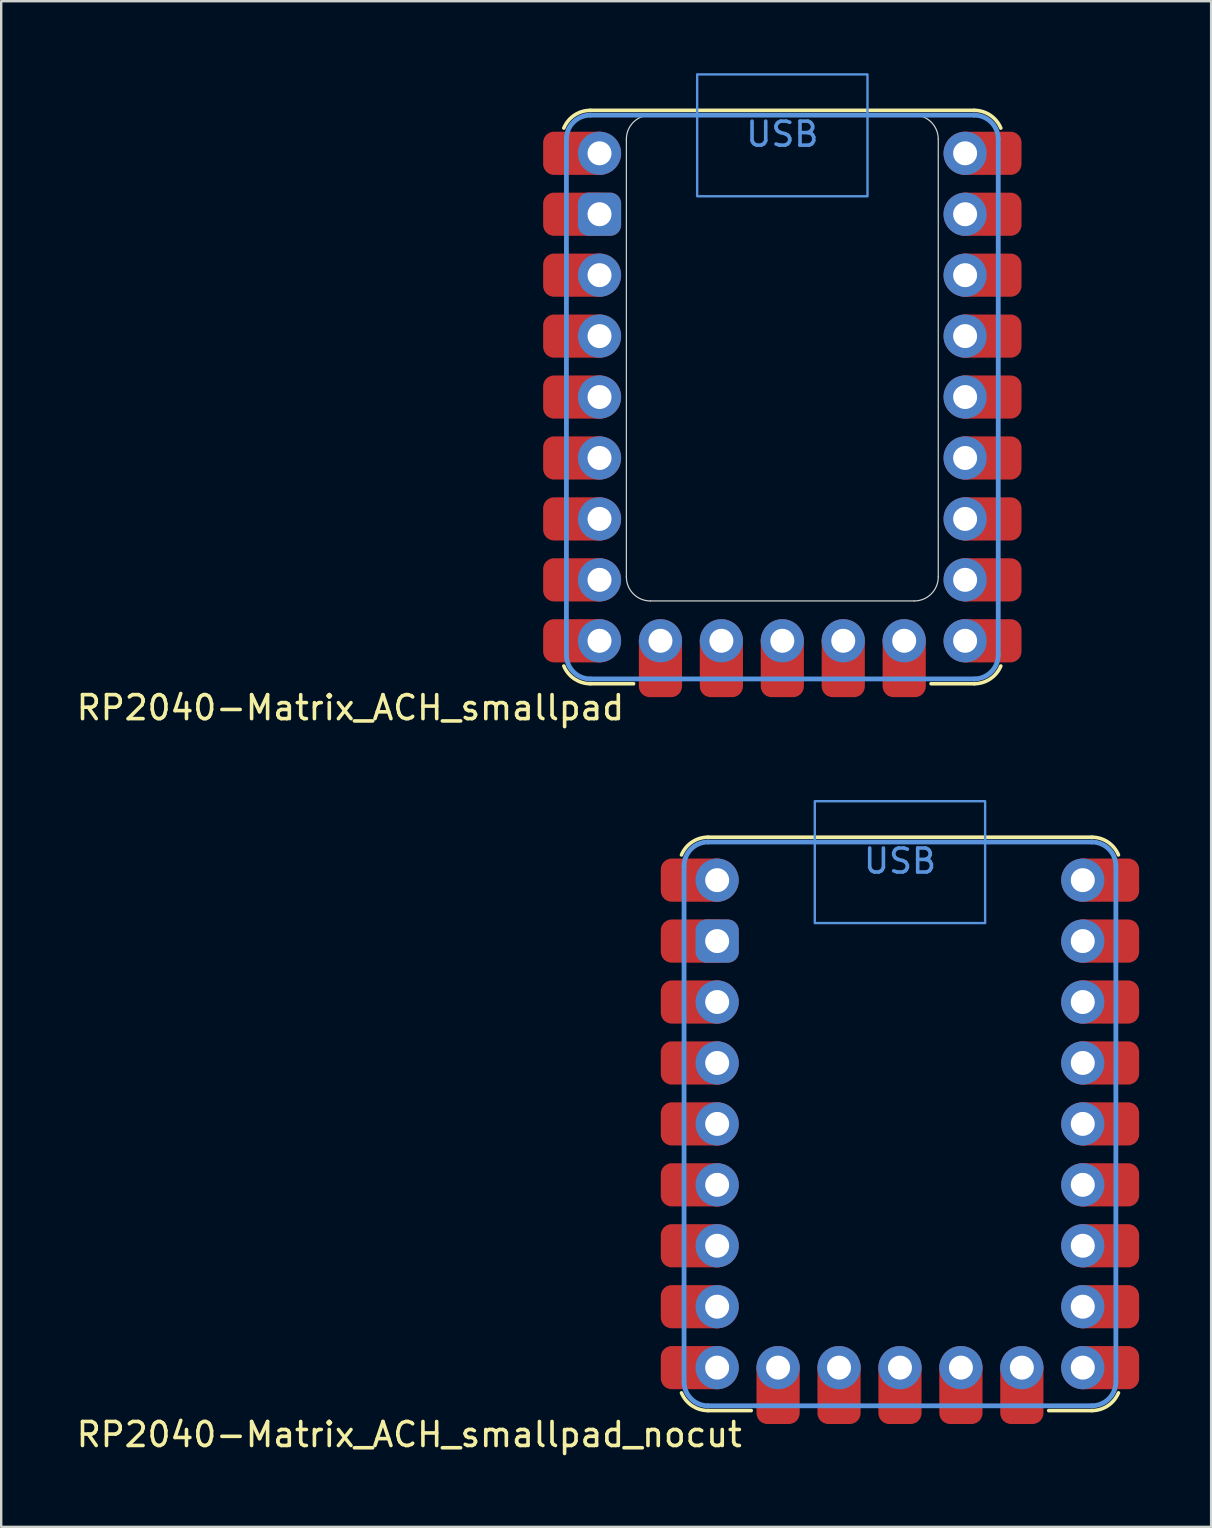
<source format=kicad_pcb>
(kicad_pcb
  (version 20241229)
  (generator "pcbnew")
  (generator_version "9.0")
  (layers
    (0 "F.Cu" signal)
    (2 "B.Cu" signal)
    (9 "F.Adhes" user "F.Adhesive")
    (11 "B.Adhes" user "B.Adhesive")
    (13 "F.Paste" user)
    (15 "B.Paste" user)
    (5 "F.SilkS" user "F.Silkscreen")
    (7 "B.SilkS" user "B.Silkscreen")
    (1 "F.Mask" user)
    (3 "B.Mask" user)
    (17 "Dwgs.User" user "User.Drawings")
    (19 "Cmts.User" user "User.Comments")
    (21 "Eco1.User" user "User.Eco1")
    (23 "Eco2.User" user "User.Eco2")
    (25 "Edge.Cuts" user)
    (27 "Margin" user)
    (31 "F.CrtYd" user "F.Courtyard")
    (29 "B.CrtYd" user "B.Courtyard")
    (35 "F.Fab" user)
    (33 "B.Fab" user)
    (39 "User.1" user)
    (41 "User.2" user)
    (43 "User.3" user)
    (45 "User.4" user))
  (footprint "RP2040-Matrix_ACH_smallpad"
    (layer "F.Cu")
    (at 29.56 13.5)
    (property "Reference" "RP2040-Matrix_ACH_smallpad" (at -6.5 12.95 0) (layer "F.SilkS") (effects (font (size 1 1) (thickness 0.15)) (justify right)))
    (attr through_hole exclude_from_pos_files exclude_from_bom)
    (fp_line (start -8 -11.95) (end 8 -11.95) (stroke (width 0.15) (type default)) (layer "F.SilkS"))
    (fp_line (start -8 11.95) (end -6.2 11.95) (stroke (width 0.15) (type default)) (layer "F.SilkS"))
    (fp_line (start 8 11.95) (end 6.2 11.95) (stroke (width 0.15) (type default)) (layer "F.SilkS"))
    (fp_arc (start -9.107693 -11.211539) (mid -8.665641 -11.748461) (end -8.000001 -11.950001) (stroke (width 0.15) (type default)) (layer "F.SilkS"))
    (fp_arc (start -8.000001 11.950001) (mid -8.665641 11.748461) (end -9.107693 11.211539) (stroke (width 0.15) (type default)) (layer "F.SilkS"))
    (fp_arc (start 8.000001 -11.950001) (mid 8.665641 -11.748461) (end 9.107693 -11.211539) (stroke (width 0.15) (type default)) (layer "F.SilkS"))
    (fp_arc (start 9.107693 11.211539) (mid 8.665641 11.748461) (end 8.000001 11.950001) (stroke (width 0.15) (type default)) (layer "F.SilkS"))
    (fp_line (start -9 10.75) (end -9 -10.75) (stroke (width 0.2) (type default)) (layer "Cmts.User"))
    (fp_line (start -8 -11.75) (end 8 -11.75) (stroke (width 0.2) (type default)) (layer "Cmts.User"))
    (fp_line (start 8 11.75) (end -8 11.75) (stroke (width 0.2) (type default)) (layer "Cmts.User"))
    (fp_line (start 9 -10.75) (end 9 10.75) (stroke (width 0.2) (type default)) (layer "Cmts.User"))
    (fp_rect (start -3.55 -13.45) (end 3.55 -8.37) (stroke (width 0.1) (type default)) (fill no) (layer "Cmts.User"))
    (fp_arc (start -9 -10.75) (mid -8.707107 -11.457107) (end -8 -11.75) (stroke (width 0.2) (type default)) (layer "Cmts.User"))
    (fp_arc (start -8 11.75) (mid -8.707107 11.457107) (end -9 10.75) (stroke (width 0.2) (type default)) (layer "Cmts.User"))
    (fp_arc (start 8 -11.75) (mid 8.707107 -11.457107) (end 9 -10.75) (stroke (width 0.2) (type default)) (layer "Cmts.User"))
    (fp_arc (start 9 10.75) (mid 8.707107 11.457107) (end 8 11.75) (stroke (width 0.2) (type default)) (layer "Cmts.User"))
    (fp_line (start -6.5 7.5) (end -6.5 -10.75) (stroke (width 0.05) (type default)) (layer "Edge.Cuts"))
    (fp_line (start -5.5 -11.75) (end 5.5 -11.75) (stroke (width 0.05) (type default)) (layer "Edge.Cuts"))
    (fp_line (start 5.5 8.5) (end -5.5 8.5) (stroke (width 0.05) (type default)) (layer "Edge.Cuts"))
    (fp_line (start 6.5 -10.75) (end 6.5 7.5) (stroke (width 0.05) (type default)) (layer "Edge.Cuts"))
    (fp_arc (start -6.5 -10.75) (mid -6.207107 -11.457107) (end -5.5 -11.75) (stroke (width 0.05) (type default)) (layer "Edge.Cuts"))
    (fp_arc (start -5.5 8.5) (mid -6.207107 8.207107) (end -6.5 7.5) (stroke (width 0.05) (type default)) (layer "Edge.Cuts"))
    (fp_arc (start 5.5 -11.75) (mid 6.207107 -11.457107) (end 6.5 -10.75) (stroke (width 0.05) (type default)) (layer "Edge.Cuts"))
    (fp_arc (start 6.5 7.5) (mid 6.207107 8.207107) (end 5.5 8.5) (stroke (width 0.05) (type default)) (layer "Edge.Cuts"))
    (fp_text user "USB" (at 0 -10.37 0) (layer "Cmts.User") (effects (font (size 1 1) (thickness 0.15)) (justify bottom)))
    (pad "1" smd roundrect (at -8.57 -10.16) (size 2.8 1.8) (layers "F.Cu" "F.Mask") (roundrect_rratio 0.25))
    (pad "1" thru_hole circle (at -7.62 -10.16) (size 1.8 1.8) (drill 1) (layers "*.Cu" "*.Mask"))
    (pad "2" smd roundrect (at -8.57 -7.62) (size 2.8 1.8) (layers "F.Cu" "F.Mask") (roundrect_rratio 0.25))
    (pad "2" thru_hole roundrect (at -7.62 -7.62) (size 1.8 1.8) (drill 1) (layers "*.Cu" "*.Mask") (roundrect_rratio 0.25))
    (pad "3" smd roundrect (at -8.57 -5.08) (size 2.8 1.8) (layers "F.Cu" "F.Mask") (roundrect_rratio 0.25))
    (pad "3" thru_hole circle (at -7.62 -5.08) (size 1.8 1.8) (drill 1) (layers "*.Cu" "*.Mask"))
    (pad "4" smd roundrect (at -8.57 -2.54) (size 2.8 1.8) (layers "F.Cu" "F.Mask") (roundrect_rratio 0.25))
    (pad "4" thru_hole circle (at -7.62 -2.54) (size 1.8 1.8) (drill 1) (layers "*.Cu" "*.Mask"))
    (pad "5" smd roundrect (at -8.57 0) (size 2.8 1.8) (layers "F.Cu" "F.Mask") (roundrect_rratio 0.25))
    (pad "5" thru_hole circle (at -7.62 0) (size 1.8 1.8) (drill 1) (layers "*.Cu" "*.Mask"))
    (pad "6" smd roundrect (at -8.57 2.54) (size 2.8 1.8) (layers "F.Cu" "F.Mask") (roundrect_rratio 0.25))
    (pad "6" thru_hole circle (at -7.62 2.54) (size 1.8 1.8) (drill 1) (layers "*.Cu" "*.Mask"))
    (pad "7" smd roundrect (at -8.57 5.08) (size 2.8 1.8) (layers "F.Cu" "F.Mask") (roundrect_rratio 0.25))
    (pad "7" thru_hole circle (at -7.62 5.08) (size 1.8 1.8) (drill 1) (layers "*.Cu" "*.Mask"))
    (pad "8" smd roundrect (at -8.57 7.62) (size 2.8 1.8) (layers "F.Cu" "F.Mask") (roundrect_rratio 0.25))
    (pad "8" thru_hole circle (at -7.62 7.62) (size 1.8 1.8) (drill 1) (layers "*.Cu" "*.Mask"))
    (pad "9" smd roundrect (at -8.57 10.16) (size 2.8 1.8) (layers "F.Cu" "F.Mask") (roundrect_rratio 0.25))
    (pad "9" thru_hole circle (at -7.62 10.16) (size 1.8 1.8) (drill 1) (layers "*.Cu" "*.Mask"))
    (pad "10" thru_hole circle (at 7.62 -10.16 180) (size 1.8 1.8) (drill 1) (layers "*.Cu" "*.Mask"))
    (pad "10" smd roundrect (at 8.57 -10.16 180) (size 2.8 1.8) (layers "F.Cu" "F.Mask") (roundrect_rratio 0.25))
    (pad "11" thru_hole circle (at 7.62 -7.62 180) (size 1.8 1.8) (drill 1) (layers "*.Cu" "*.Mask"))
    (pad "11" smd roundrect (at 8.57 -7.62 180) (size 2.8 1.8) (layers "F.Cu" "F.Mask") (roundrect_rratio 0.25))
    (pad "12" thru_hole circle (at 7.62 -5.08 180) (size 1.8 1.8) (drill 1) (layers "*.Cu" "*.Mask"))
    (pad "12" smd roundrect (at 8.57 -5.08 180) (size 2.8 1.8) (layers "F.Cu" "F.Mask") (roundrect_rratio 0.25))
    (pad "13" thru_hole circle (at 7.62 -2.54) (size 1.8 1.8) (drill 1) (layers "*.Cu" "*.Mask"))
    (pad "13" smd roundrect (at 8.57 -2.54) (size 2.8 1.8) (layers "F.Cu" "F.Mask") (roundrect_rratio 0.25))
    (pad "14" thru_hole circle (at 7.62 0) (size 1.8 1.8) (drill 1) (layers "*.Cu" "*.Mask"))
    (pad "14" smd roundrect (at 8.57 0) (size 2.8 1.8) (layers "F.Cu" "F.Mask") (roundrect_rratio 0.25))
    (pad "15" thru_hole circle (at 7.62 2.54) (size 1.8 1.8) (drill 1) (layers "*.Cu" "*.Mask"))
    (pad "15" smd roundrect (at 8.57 2.54) (size 2.8 1.8) (layers "F.Cu" "F.Mask") (roundrect_rratio 0.25))
    (pad "16" thru_hole circle (at 7.62 5.08) (size 1.8 1.8) (drill 1) (layers "*.Cu" "*.Mask"))
    (pad "16" smd roundrect (at 8.57 5.08) (size 2.8 1.8) (layers "F.Cu" "F.Mask") (roundrect_rratio 0.25))
    (pad "17" thru_hole circle (at 7.62 7.62) (size 1.8 1.8) (drill 1) (layers "*.Cu" "*.Mask"))
    (pad "17" smd roundrect (at 8.57 7.62) (size 2.8 1.8) (layers "F.Cu" "F.Mask") (roundrect_rratio 0.25))
    (pad "18" thru_hole circle (at 7.62 10.16) (size 1.8 1.8) (drill 1) (layers "*.Cu" "*.Mask"))
    (pad "18" smd roundrect (at 8.57 10.16) (size 2.8 1.8) (layers "F.Cu" "F.Mask") (roundrect_rratio 0.25))
    (pad "19" thru_hole circle (at -5.08 10.16 270) (size 1.8 1.8) (drill 1) (layers "*.Cu" "*.Mask"))
    (pad "19" smd roundrect (at -5.08 11.11 270) (size 2.8 1.8) (layers "F.Cu" "F.Mask") (roundrect_rratio 0.25))
    (pad "20" thru_hole circle (at -2.54 10.16 270) (size 1.8 1.8) (drill 1) (layers "*.Cu" "*.Mask"))
    (pad "20" smd roundrect (at -2.54 11.11 270) (size 2.8 1.8) (layers "F.Cu" "F.Mask") (roundrect_rratio 0.25))
    (pad "21" thru_hole circle (at 0 10.16 270) (size 1.8 1.8) (drill 1) (layers "*.Cu" "*.Mask"))
    (pad "21" smd roundrect (at 0 11.11 270) (size 2.8 1.8) (layers "F.Cu" "F.Mask") (roundrect_rratio 0.25))
    (pad "22" thru_hole circle (at 2.54 10.16 270) (size 1.8 1.8) (drill 1) (layers "*.Cu" "*.Mask"))
    (pad "22" smd roundrect (at 2.54 11.11 270) (size 2.8 1.8) (layers "F.Cu" "F.Mask") (roundrect_rratio 0.25))
    (pad "23" thru_hole circle (at 5.08 10.16 270) (size 1.8 1.8) (drill 1) (layers "*.Cu" "*.Mask"))
    (pad "23" smd roundrect (at 5.08 11.11 270) (size 2.8 1.8) (layers "F.Cu" "F.Mask") (roundrect_rratio 0.25)))
  (footprint "RP2040-Matrix_ACH_smallpad_nocut"
    (layer "F.Cu")
    (at 34.464 43.798)
    (property "Reference" "RP2040-Matrix_ACH_smallpad_nocut" (at -6.5 12.95 0) (layer "F.SilkS") (effects (font (size 1 1) (thickness 0.15)) (justify right)))
    (attr through_hole exclude_from_pos_files exclude_from_bom)
    (fp_line (start -8 -11.95) (end 8 -11.95) (stroke (width 0.15) (type default)) (layer "F.SilkS"))
    (fp_line (start -8 11.95) (end -6.2 11.95) (stroke (width 0.15) (type default)) (layer "F.SilkS"))
    (fp_line (start 8 11.95) (end 6.2 11.95) (stroke (width 0.15) (type default)) (layer "F.SilkS"))
    (fp_arc (start -9.107693 -11.211539) (mid -8.665641 -11.748461) (end -8.000001 -11.950001) (stroke (width 0.15) (type default)) (layer "F.SilkS"))
    (fp_arc (start -8.000001 11.950001) (mid -8.665641 11.748461) (end -9.107693 11.211539) (stroke (width 0.15) (type default)) (layer "F.SilkS"))
    (fp_arc (start 8.000001 -11.950001) (mid 8.665641 -11.748461) (end 9.107693 -11.211539) (stroke (width 0.15) (type default)) (layer "F.SilkS"))
    (fp_arc (start 9.107693 11.211539) (mid 8.665641 11.748461) (end 8.000001 11.950001) (stroke (width 0.15) (type default)) (layer "F.SilkS"))
    (fp_line (start -9 10.75) (end -9 -10.75) (stroke (width 0.2) (type default)) (layer "Cmts.User"))
    (fp_line (start -8 -11.75) (end 8 -11.75) (stroke (width 0.2) (type default)) (layer "Cmts.User"))
    (fp_line (start 8 11.75) (end -8 11.75) (stroke (width 0.2) (type default)) (layer "Cmts.User"))
    (fp_line (start 9 -10.75) (end 9 10.75) (stroke (width 0.2) (type default)) (layer "Cmts.User"))
    (fp_rect (start -3.55 -13.45) (end 3.55 -8.37) (stroke (width 0.1) (type default)) (fill no) (layer "Cmts.User"))
    (fp_arc (start -9 -10.75) (mid -8.707107 -11.457107) (end -8 -11.75) (stroke (width 0.2) (type default)) (layer "Cmts.User"))
    (fp_arc (start -8 11.75) (mid -8.707107 11.457107) (end -9 10.75) (stroke (width 0.2) (type default)) (layer "Cmts.User"))
    (fp_arc (start 8 -11.75) (mid 8.707107 -11.457107) (end 9 -10.75) (stroke (width 0.2) (type default)) (layer "Cmts.User"))
    (fp_arc (start 9 10.75) (mid 8.707107 11.457107) (end 8 11.75) (stroke (width 0.2) (type default)) (layer "Cmts.User"))
    (fp_text user "USB" (at 0 -10.37 0) (layer "Cmts.User") (effects (font (size 1 1) (thickness 0.15)) (justify bottom)))
    (pad "1" smd roundrect (at -8.57 -10.16) (size 2.8 1.8) (layers "F.Cu" "F.Mask") (roundrect_rratio 0.25))
    (pad "1" thru_hole circle (at -7.62 -10.16) (size 1.8 1.8) (drill 1) (layers "*.Cu" "*.Mask"))
    (pad "2" smd roundrect (at -8.57 -7.62) (size 2.8 1.8) (layers "F.Cu" "F.Mask") (roundrect_rratio 0.25))
    (pad "2" thru_hole roundrect (at -7.62 -7.62) (size 1.8 1.8) (drill 1) (layers "*.Cu" "*.Mask") (roundrect_rratio 0.25))
    (pad "3" smd roundrect (at -8.57 -5.08) (size 2.8 1.8) (layers "F.Cu" "F.Mask") (roundrect_rratio 0.25))
    (pad "3" thru_hole circle (at -7.62 -5.08) (size 1.8 1.8) (drill 1) (layers "*.Cu" "*.Mask"))
    (pad "4" smd roundrect (at -8.57 -2.54) (size 2.8 1.8) (layers "F.Cu" "F.Mask") (roundrect_rratio 0.25))
    (pad "4" thru_hole circle (at -7.62 -2.54) (size 1.8 1.8) (drill 1) (layers "*.Cu" "*.Mask"))
    (pad "5" smd roundrect (at -8.57 0) (size 2.8 1.8) (layers "F.Cu" "F.Mask") (roundrect_rratio 0.25))
    (pad "5" thru_hole circle (at -7.62 0) (size 1.8 1.8) (drill 1) (layers "*.Cu" "*.Mask"))
    (pad "6" smd roundrect (at -8.57 2.54) (size 2.8 1.8) (layers "F.Cu" "F.Mask") (roundrect_rratio 0.25))
    (pad "6" thru_hole circle (at -7.62 2.54) (size 1.8 1.8) (drill 1) (layers "*.Cu" "*.Mask"))
    (pad "7" smd roundrect (at -8.57 5.08) (size 2.8 1.8) (layers "F.Cu" "F.Mask") (roundrect_rratio 0.25))
    (pad "7" thru_hole circle (at -7.62 5.08) (size 1.8 1.8) (drill 1) (layers "*.Cu" "*.Mask"))
    (pad "8" smd roundrect (at -8.57 7.62) (size 2.8 1.8) (layers "F.Cu" "F.Mask") (roundrect_rratio 0.25))
    (pad "8" thru_hole circle (at -7.62 7.62) (size 1.8 1.8) (drill 1) (layers "*.Cu" "*.Mask"))
    (pad "9" smd roundrect (at -8.57 10.16) (size 2.8 1.8) (layers "F.Cu" "F.Mask") (roundrect_rratio 0.25))
    (pad "9" thru_hole circle (at -7.62 10.16) (size 1.8 1.8) (drill 1) (layers "*.Cu" "*.Mask"))
    (pad "10" thru_hole circle (at 7.62 -10.16 180) (size 1.8 1.8) (drill 1) (layers "*.Cu" "*.Mask"))
    (pad "10" smd roundrect (at 8.57 -10.16 180) (size 2.8 1.8) (layers "F.Cu" "F.Mask") (roundrect_rratio 0.25))
    (pad "11" thru_hole circle (at 7.62 -7.62 180) (size 1.8 1.8) (drill 1) (layers "*.Cu" "*.Mask"))
    (pad "11" smd roundrect (at 8.57 -7.62 180) (size 2.8 1.8) (layers "F.Cu" "F.Mask") (roundrect_rratio 0.25))
    (pad "12" thru_hole circle (at 7.62 -5.08 180) (size 1.8 1.8) (drill 1) (layers "*.Cu" "*.Mask"))
    (pad "12" smd roundrect (at 8.57 -5.08 180) (size 2.8 1.8) (layers "F.Cu" "F.Mask") (roundrect_rratio 0.25))
    (pad "13" thru_hole circle (at 7.62 -2.54) (size 1.8 1.8) (drill 1) (layers "*.Cu" "*.Mask"))
    (pad "13" smd roundrect (at 8.57 -2.54) (size 2.8 1.8) (layers "F.Cu" "F.Mask") (roundrect_rratio 0.25))
    (pad "14" thru_hole circle (at 7.62 0) (size 1.8 1.8) (drill 1) (layers "*.Cu" "*.Mask"))
    (pad "14" smd roundrect (at 8.57 0) (size 2.8 1.8) (layers "F.Cu" "F.Mask") (roundrect_rratio 0.25))
    (pad "15" thru_hole circle (at 7.62 2.54) (size 1.8 1.8) (drill 1) (layers "*.Cu" "*.Mask"))
    (pad "15" smd roundrect (at 8.57 2.54) (size 2.8 1.8) (layers "F.Cu" "F.Mask") (roundrect_rratio 0.25))
    (pad "16" thru_hole circle (at 7.62 5.08) (size 1.8 1.8) (drill 1) (layers "*.Cu" "*.Mask"))
    (pad "16" smd roundrect (at 8.57 5.08) (size 2.8 1.8) (layers "F.Cu" "F.Mask") (roundrect_rratio 0.25))
    (pad "17" thru_hole circle (at 7.62 7.62) (size 1.8 1.8) (drill 1) (layers "*.Cu" "*.Mask"))
    (pad "17" smd roundrect (at 8.57 7.62) (size 2.8 1.8) (layers "F.Cu" "F.Mask") (roundrect_rratio 0.25))
    (pad "18" thru_hole circle (at 7.62 10.16) (size 1.8 1.8) (drill 1) (layers "*.Cu" "*.Mask"))
    (pad "18" smd roundrect (at 8.57 10.16) (size 2.8 1.8) (layers "F.Cu" "F.Mask") (roundrect_rratio 0.25))
    (pad "19" thru_hole circle (at -5.08 10.16 270) (size 1.8 1.8) (drill 1) (layers "*.Cu" "*.Mask"))
    (pad "19" smd roundrect (at -5.08 11.11 270) (size 2.8 1.8) (layers "F.Cu" "F.Mask") (roundrect_rratio 0.25))
    (pad "20" thru_hole circle (at -2.54 10.16 270) (size 1.8 1.8) (drill 1) (layers "*.Cu" "*.Mask"))
    (pad "20" smd roundrect (at -2.54 11.11 270) (size 2.8 1.8) (layers "F.Cu" "F.Mask") (roundrect_rratio 0.25))
    (pad "21" thru_hole circle (at 0 10.16 270) (size 1.8 1.8) (drill 1) (layers "*.Cu" "*.Mask"))
    (pad "21" smd roundrect (at 0 11.11 270) (size 2.8 1.8) (layers "F.Cu" "F.Mask") (roundrect_rratio 0.25))
    (pad "22" thru_hole circle (at 2.54 10.16 270) (size 1.8 1.8) (drill 1) (layers "*.Cu" "*.Mask"))
    (pad "22" smd roundrect (at 2.54 11.11 270) (size 2.8 1.8) (layers "F.Cu" "F.Mask") (roundrect_rratio 0.25))
    (pad "23" thru_hole circle (at 5.08 10.16 270) (size 1.8 1.8) (drill 1) (layers "*.Cu" "*.Mask"))
    (pad "23" smd roundrect (at 5.08 11.11 270) (size 2.8 1.8) (layers "F.Cu" "F.Mask") (roundrect_rratio 0.25)))
  (gr_rect
    (start -3 -3)
    (end 47.434 60.596)
    (stroke (width 0.1) (type default))
    (fill no)
    (layer "Edge.Cuts")))
</source>
